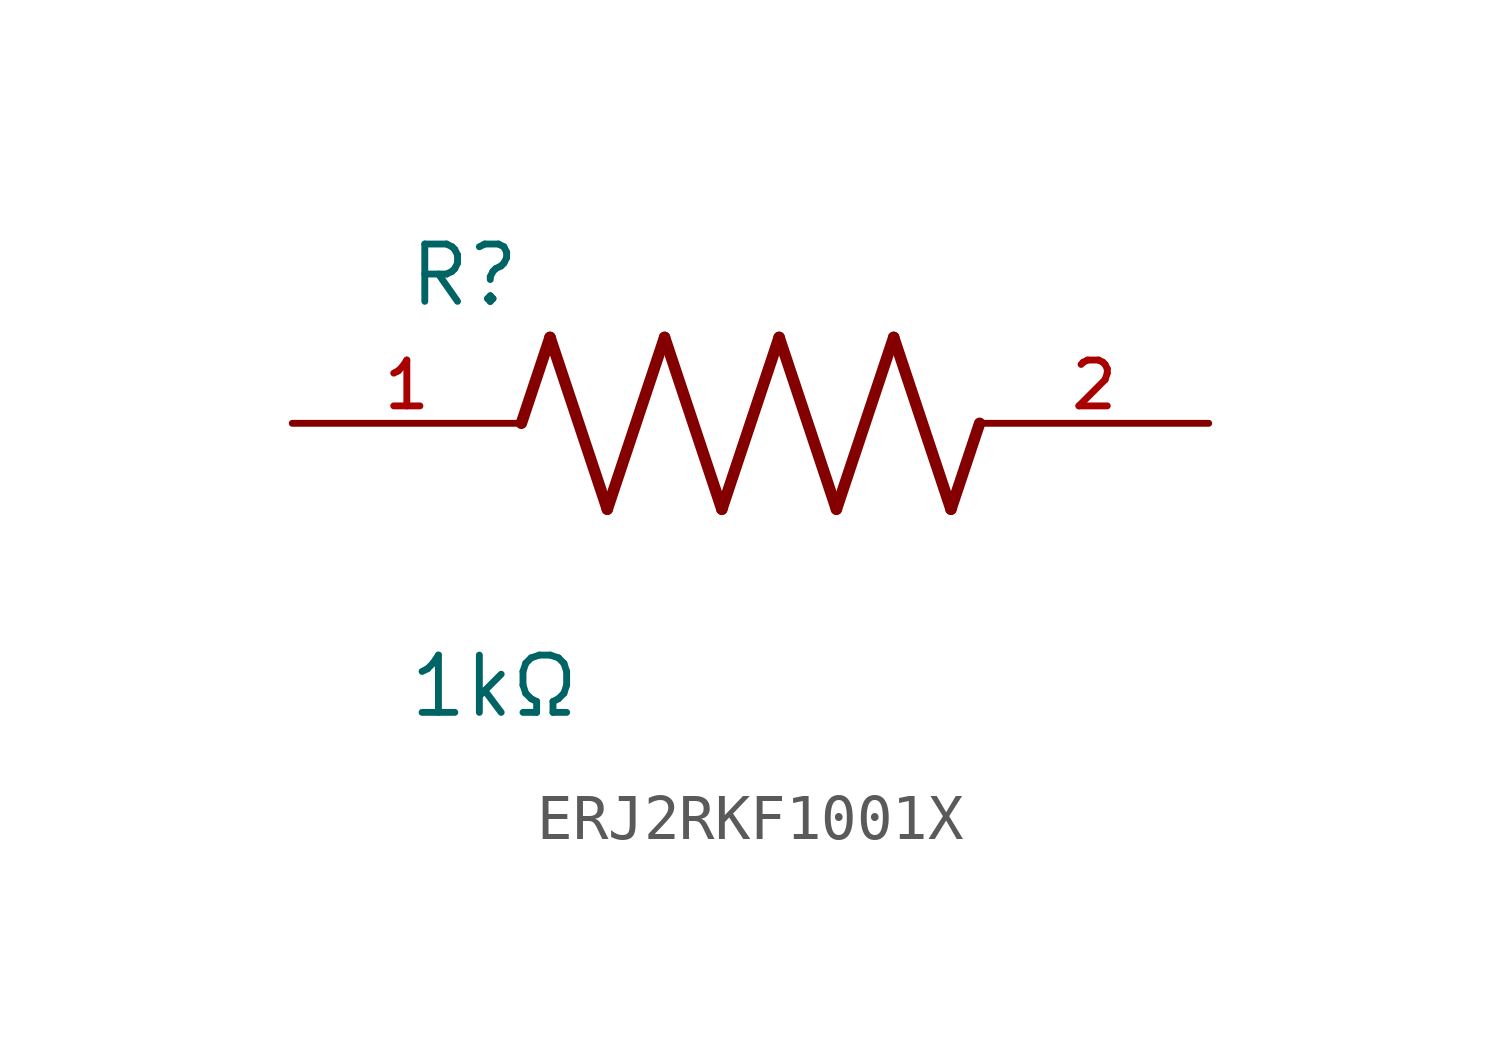
<source format=kicad_sym>
(kicad_symbol_lib
  (version 20241209)
  (generator "kicad_symbol_editor")
  (generator_version "9.0")
  (symbol "ERJ2RKF1001X"
    (pin_names
      (offset 1.016))
    (property "Reference" "R"
      (at -7.624 2.541 0)
      (effects (font (size 1.27 1.27)) (justify left bottom)))
    (property "Value" "1kΩ"
      (at -7.624 -5.087 0)
      (effects (font (size 1.27 1.27)) (justify left top)))
    (symbol "ERJ2RKF1001X_0_0"
      (polyline (pts (xy -5.08 0) (xy -4.445 1.905)) (stroke (width 0.254) (type default)) (fill (type none)))
      (polyline (pts (xy -4.445 1.905) (xy -3.175 -1.905)) (stroke (width 0.254) (type default)) (fill (type none)))
      (polyline (pts (xy -3.175 -1.905) (xy -1.905 1.905)) (stroke (width 0.254) (type default)) (fill (type none)))
      (polyline (pts (xy -1.905 1.905) (xy -0.635 -1.905)) (stroke (width 0.254) (type default)) (fill (type none)))
      (polyline (pts (xy -0.635 -1.905) (xy 0.635 1.905)) (stroke (width 0.254) (type default)) (fill (type none)))
      (polyline (pts (xy 0.635 1.905) (xy 1.905 -1.905)) (stroke (width 0.254) (type default)) (fill (type none)))
      (polyline (pts (xy 1.905 -1.905) (xy 3.175 1.905)) (stroke (width 0.254) (type default)) (fill (type none)))
      (polyline (pts (xy 3.175 1.905) (xy 4.445 -1.905)) (stroke (width 0.254) (type default)) (fill (type none)))
      (polyline (pts (xy 4.445 -1.905) (xy 5.08 0)) (stroke (width 0.254) (type default)) (fill (type none)))
      (pin passive line (at -10.16 0 0) (length 5.08) (name "~" (effects (font (size 1.016 1.016)))) (number "1" (effects (font (size 1.016 1.016)))))
      (pin passive line (at 10.16 0 180) (length 5.08) (name "~" (effects (font (size 1.016 1.016)))) (number "2" (effects (font (size 1.016 1.016))))))))
</source>
